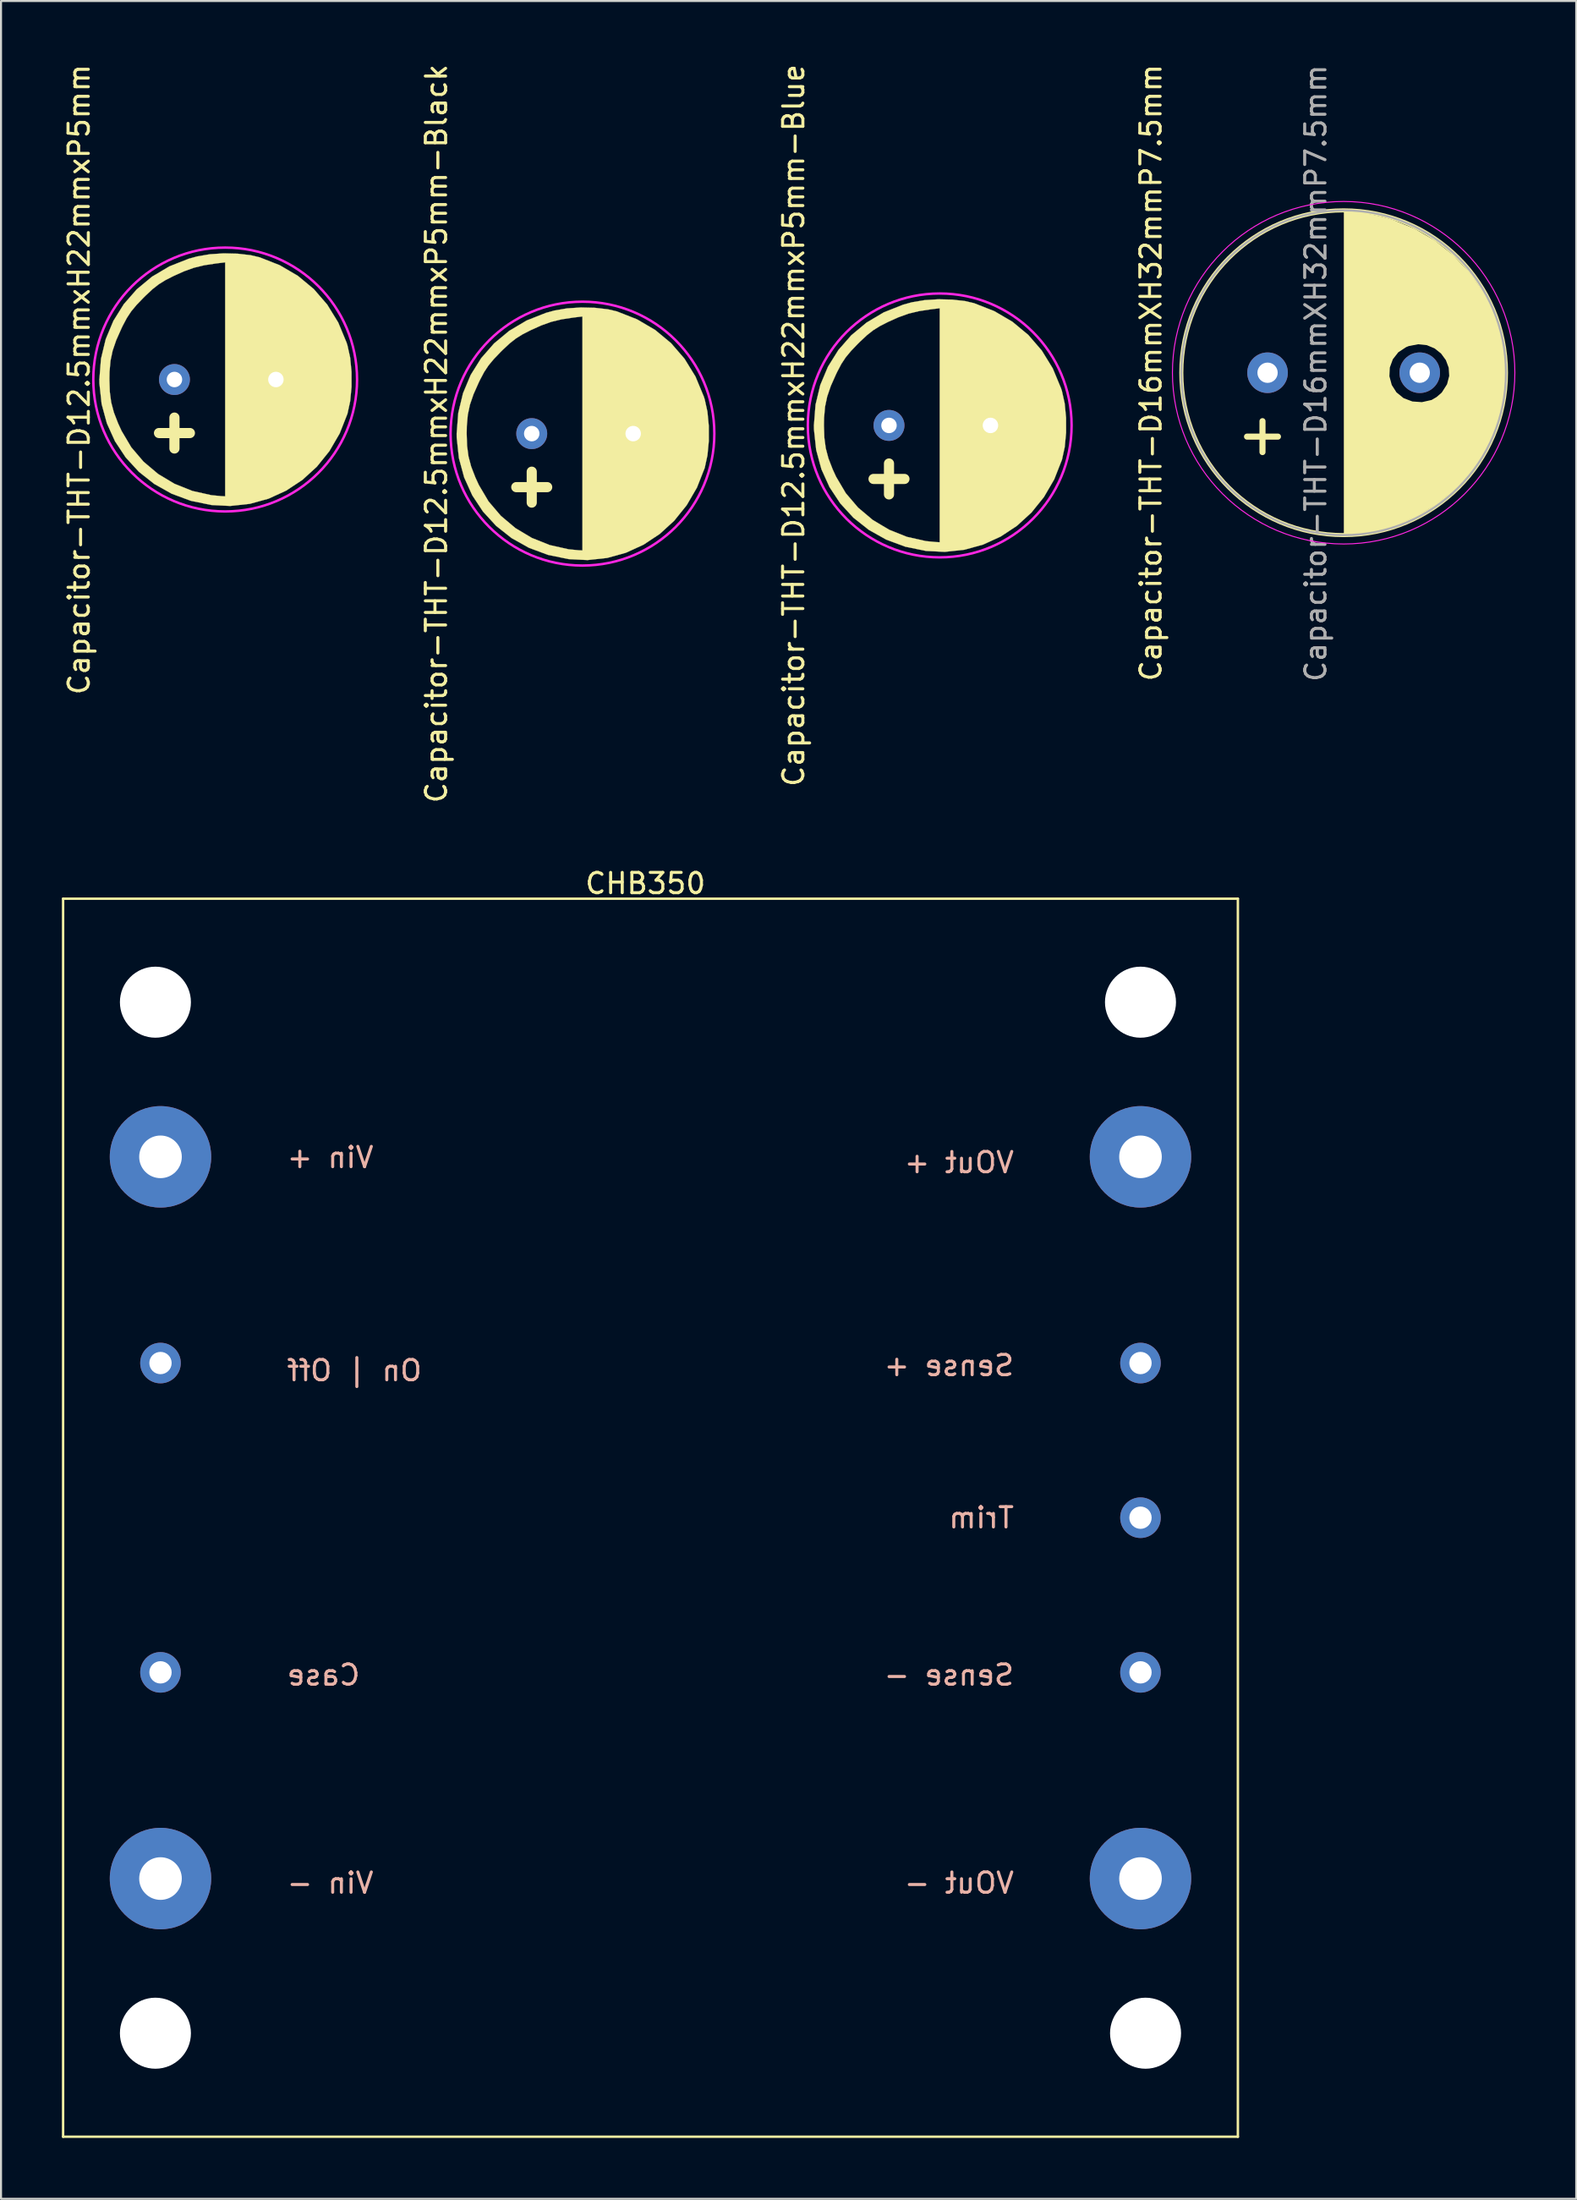
<source format=kicad_pcb>
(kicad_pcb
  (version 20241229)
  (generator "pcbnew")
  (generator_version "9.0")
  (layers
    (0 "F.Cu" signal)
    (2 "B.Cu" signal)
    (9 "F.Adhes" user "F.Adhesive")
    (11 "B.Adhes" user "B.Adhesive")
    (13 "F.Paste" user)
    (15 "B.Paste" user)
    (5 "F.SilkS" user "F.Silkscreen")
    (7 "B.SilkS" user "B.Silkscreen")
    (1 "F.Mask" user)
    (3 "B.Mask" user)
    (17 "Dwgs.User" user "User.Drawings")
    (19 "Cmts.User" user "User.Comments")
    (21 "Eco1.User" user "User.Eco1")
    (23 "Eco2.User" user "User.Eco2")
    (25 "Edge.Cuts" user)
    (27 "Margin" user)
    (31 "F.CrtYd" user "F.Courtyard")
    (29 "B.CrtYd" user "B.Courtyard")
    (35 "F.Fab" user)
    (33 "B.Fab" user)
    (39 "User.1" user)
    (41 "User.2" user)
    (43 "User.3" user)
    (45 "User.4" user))
  (footprint "Capacitor-THT-D12.5mmxH22mmxP5mm"
    (layer "F.Cu")
    (at 8.048 15.649)
    (property "Reference" "Capacitor-THT-D12.5mmxH22mmxP5mm" (at -7.2 0 90) (layer "F.SilkS") (effects (font (size 1 1) (thickness 0.15))))
    (attr through_hole)
    (fp_poly (pts (xy 0.615 -6.199) (xy 1.254 -6.126) (xy 1.693 -6.023) (xy 2.691 -5.631) (xy 3.584 -5.107) (xy 4.366 -4.458) (xy 5.03 -3.69) (xy 5.571 -2.811) (xy 5.981 -1.825) (xy 6.024 -1.693) (xy 6.159 -1.082) (xy 6.227 -0.378) (xy 6.228 0.359) (xy 6.161 1.065) (xy 6.028 1.679) (xy 6.024 1.693) (xy 5.643 2.659) (xy 5.137 3.528) (xy 4.52 4.294) (xy 3.806 4.946) (xy 3.007 5.474) (xy 2.139 5.871) (xy 1.215 6.126) (xy 0.248 6.23) (xy -0.677 6.184) (xy -1.697 5.975) (xy -2.64 5.625) (xy -3.496 5.145) (xy -4.253 4.547) (xy -4.901 3.842) (xy -5.43 3.042) (xy -5.83 2.159) (xy -6.089 1.206) (xy -6.198 0.192) (xy -6.2 0) (xy -5.707 0) (xy -5.687 0.601) (xy -5.618 1.121) (xy -5.486 1.621) (xy -5.277 2.161) (xy -5.105 2.534) (xy -4.628 3.34) (xy -4.022 4.05) (xy -3.305 4.654) (xy -2.497 5.138) (xy -1.615 5.491) (xy -0.679 5.7) (xy -0.191 5.747) (xy 0 5.757) (xy 0 -5.773) (xy -0.445 -5.719) (xy -1.032 -5.63) (xy -1.536 -5.508) (xy -2.033 -5.33) (xy -2.534 -5.105) (xy -2.943 -4.897) (xy -3.272 -4.693) (xy -3.58 -4.452) (xy -3.923 -4.132) (xy -4.028 -4.028) (xy -4.375 -3.666) (xy -4.634 -3.354) (xy -4.844 -3.036) (xy -5.046 -2.655) (xy -5.105 -2.534) (xy -5.369 -1.941) (xy -5.546 -1.424) (xy -5.652 -0.924) (xy -5.7 -0.379) (xy -5.707 0) (xy -6.2 0) (xy -6.12 -1.023) (xy -5.886 -1.992) (xy -5.508 -2.893) (xy -4.995 -3.714) (xy -4.358 -4.442) (xy -3.607 -5.066) (xy -2.752 -5.573) (xy -1.802 -5.949) (xy -1.375 -6.066) (xy -0.759 -6.171) (xy -0.076 -6.215) (xy 0.615 -6.199)) (stroke (width 0.01) (type solid)) (fill yes) (layer "F.SilkS"))
    (fp_circle (center 0 0) (end 6.5 0) (stroke (width 0.12) (type solid)) (fill no) (layer "F.CrtYd"))
    (fp_text user "+" (at -2.5 2.5 0) (layer "F.SilkS") (effects (font (size 2 2) (thickness 0.5))))
    (pad "A" thru_hole circle (at -2.5 0) (size 1.524 1.524) (drill 0.762) (layers "*.Cu" "*.Mask"))
    (pad "C" thru_hole circle (at 2.5 0) (size 1.524 1.524) (drill 0.762) (layers "*.Cu" "*.Mask")))
  (footprint "Capacitor-THT-D12.5mmxH22mmxP5mm-Black"
    (layer "F.Cu")
    (at 25.657 18.315)
    (property "Reference" "Capacitor-THT-D12.5mmxH22mmxP5mm-Black" (at -7.2 0 90) (layer "F.SilkS") (effects (font (size 1 1) (thickness 0.15))))
    (attr through_hole)
    (fp_poly (pts (xy 0.615 -6.199) (xy 1.254 -6.126) (xy 1.693 -6.023) (xy 2.691 -5.631) (xy 3.584 -5.107) (xy 4.366 -4.458) (xy 5.03 -3.69) (xy 5.571 -2.811) (xy 5.981 -1.825) (xy 6.024 -1.693) (xy 6.159 -1.082) (xy 6.227 -0.378) (xy 6.228 0.359) (xy 6.161 1.065) (xy 6.028 1.679) (xy 6.024 1.693) (xy 5.643 2.659) (xy 5.137 3.528) (xy 4.52 4.294) (xy 3.806 4.946) (xy 3.007 5.474) (xy 2.139 5.871) (xy 1.215 6.126) (xy 0.248 6.23) (xy -0.677 6.184) (xy -1.697 5.975) (xy -2.64 5.625) (xy -3.496 5.145) (xy -4.253 4.547) (xy -4.901 3.842) (xy -5.43 3.042) (xy -5.83 2.159) (xy -6.089 1.206) (xy -6.198 0.192) (xy -6.2 0) (xy -5.707 0) (xy -5.687 0.601) (xy -5.618 1.121) (xy -5.486 1.621) (xy -5.277 2.161) (xy -5.105 2.534) (xy -4.628 3.34) (xy -4.022 4.05) (xy -3.305 4.654) (xy -2.497 5.138) (xy -1.615 5.491) (xy -0.679 5.7) (xy -0.191 5.747) (xy 0 5.757) (xy 0 -5.773) (xy -0.445 -5.719) (xy -1.032 -5.63) (xy -1.536 -5.508) (xy -2.033 -5.33) (xy -2.534 -5.105) (xy -2.943 -4.897) (xy -3.272 -4.693) (xy -3.58 -4.452) (xy -3.923 -4.132) (xy -4.028 -4.028) (xy -4.375 -3.666) (xy -4.634 -3.354) (xy -4.844 -3.036) (xy -5.046 -2.655) (xy -5.105 -2.534) (xy -5.369 -1.941) (xy -5.546 -1.424) (xy -5.652 -0.924) (xy -5.7 -0.379) (xy -5.707 0) (xy -6.2 0) (xy -6.12 -1.023) (xy -5.886 -1.992) (xy -5.508 -2.893) (xy -4.995 -3.714) (xy -4.358 -4.442) (xy -3.607 -5.066) (xy -2.752 -5.573) (xy -1.802 -5.949) (xy -1.375 -6.066) (xy -0.759 -6.171) (xy -0.076 -6.215) (xy 0.615 -6.199)) (stroke (width 0.01) (type solid)) (fill yes) (layer "F.SilkS"))
    (fp_circle (center 0 0) (end 6.5 0) (stroke (width 0.12) (type solid)) (fill no) (layer "F.CrtYd"))
    (fp_text user "+" (at -2.5 2.5 0) (layer "F.SilkS") (effects (font (size 2 2) (thickness 0.5))))
    (pad "A" thru_hole circle (at -2.5 0) (size 1.524 1.524) (drill 0.762) (layers "*.Cu" "*.Mask"))
    (pad "C" thru_hole circle (at 2.5 0) (size 1.524 1.524) (drill 0.762) (layers "*.Cu" "*.Mask")))
  (footprint "Capacitor-THT-D12.5mmxH22mmxP5mm-Blue"
    (layer "F.Cu")
    (at 43.265 17.911)
    (property "Reference" "Capacitor-THT-D12.5mmxH22mmxP5mm-Blue" (at -7.2 0 90) (layer "F.SilkS") (effects (font (size 1 1) (thickness 0.15))))
    (attr through_hole)
    (fp_poly (pts (xy 0.615 -6.199) (xy 1.254 -6.126) (xy 1.693 -6.023) (xy 2.691 -5.631) (xy 3.584 -5.107) (xy 4.366 -4.458) (xy 5.03 -3.69) (xy 5.571 -2.811) (xy 5.981 -1.825) (xy 6.024 -1.693) (xy 6.159 -1.082) (xy 6.227 -0.378) (xy 6.228 0.359) (xy 6.161 1.065) (xy 6.028 1.679) (xy 6.024 1.693) (xy 5.643 2.659) (xy 5.137 3.528) (xy 4.52 4.294) (xy 3.806 4.946) (xy 3.007 5.474) (xy 2.139 5.871) (xy 1.215 6.126) (xy 0.248 6.23) (xy -0.677 6.184) (xy -1.697 5.975) (xy -2.64 5.625) (xy -3.496 5.145) (xy -4.253 4.547) (xy -4.901 3.842) (xy -5.43 3.042) (xy -5.83 2.159) (xy -6.089 1.206) (xy -6.198 0.192) (xy -6.2 0) (xy -5.707 0) (xy -5.687 0.601) (xy -5.618 1.121) (xy -5.486 1.621) (xy -5.277 2.161) (xy -5.105 2.534) (xy -4.628 3.34) (xy -4.022 4.05) (xy -3.305 4.654) (xy -2.497 5.138) (xy -1.615 5.491) (xy -0.679 5.7) (xy -0.191 5.747) (xy 0 5.757) (xy 0 -5.773) (xy -0.445 -5.719) (xy -1.032 -5.63) (xy -1.536 -5.508) (xy -2.033 -5.33) (xy -2.534 -5.105) (xy -2.943 -4.897) (xy -3.272 -4.693) (xy -3.58 -4.452) (xy -3.923 -4.132) (xy -4.028 -4.028) (xy -4.375 -3.666) (xy -4.634 -3.354) (xy -4.844 -3.036) (xy -5.046 -2.655) (xy -5.105 -2.534) (xy -5.369 -1.941) (xy -5.546 -1.424) (xy -5.652 -0.924) (xy -5.7 -0.379) (xy -5.707 0) (xy -6.2 0) (xy -6.12 -1.023) (xy -5.886 -1.992) (xy -5.508 -2.893) (xy -4.995 -3.714) (xy -4.358 -4.442) (xy -3.607 -5.066) (xy -2.752 -5.573) (xy -1.802 -5.949) (xy -1.375 -6.066) (xy -0.759 -6.171) (xy -0.076 -6.215) (xy 0.615 -6.199)) (stroke (width 0.01) (type solid)) (fill yes) (layer "F.SilkS"))
    (fp_circle (center 0 0) (end 6.5 0) (stroke (width 0.12) (type solid)) (fill no) (layer "F.CrtYd"))
    (fp_text user "+" (at -2.5 2.5 0) (layer "F.SilkS") (effects (font (size 2 2) (thickness 0.5))))
    (pad "A" thru_hole circle (at -2.5 0) (size 1.524 1.524) (drill 0.762) (layers "*.Cu" "*.Mask"))
    (pad "C" thru_hole circle (at 2.5 0) (size 1.524 1.524) (drill 0.762) (layers "*.Cu" "*.Mask")))
  (footprint "Capacitor-THT-D16mmXH32mmP7.5mm"
    (layer "F.Cu")
    (at 63.173 15.315)
    (property "Reference" "Capacitor-THT-D16mmXH32mmP7.5mm" (at -9.5 0 90) (unlocked yes) (layer "F.SilkS") (effects (font (size 1 1) (thickness 0.15))))
    (attr through_hole)
    (fp_circle (center 0 0) (end 8 0) (stroke (width 0.2) (type solid)) (fill no) (layer "F.SilkS"))
    (fp_poly (pts (xy 0.492 -7.951) (xy 0.885 -7.892) (xy 1.337 -7.807) (xy 1.797 -7.706) (xy 2.212 -7.598) (xy 2.414 -7.537) (xy 3.5 -7.094) (xy 4.49 -6.517) (xy 5.384 -5.805) (xy 6.183 -4.958) (xy 6.338 -4.763) (xy 6.966 -3.825) (xy 7.443 -2.832) (xy 7.771 -1.799) (xy 7.951 -0.744) (xy 7.985 0.321) (xy 7.873 1.378) (xy 7.617 2.413) (xy 7.219 3.41) (xy 6.678 4.354) (xy 5.998 5.229) (xy 5.464 5.77) (xy 4.586 6.474) (xy 3.623 7.059) (xy 2.597 7.514) (xy 1.536 7.827) (xy 0.578 7.977) (xy 0.009 8.028) (xy 0.009 0.175) (xy 2.256 0.175) (xy 2.372 0.604) (xy 2.602 0.965) (xy 2.953 1.251) (xy 3.386 1.415) (xy 3.857 1.449) (xy 4.325 1.344) (xy 4.34 1.338) (xy 4.58 1.198) (xy 4.811 0.999) (xy 4.842 0.966) (xy 5.096 0.567) (xy 5.202 0.155) (xy 5.176 -0.249) (xy 5.036 -0.624) (xy 4.799 -0.948) (xy 4.48 -1.2) (xy 4.097 -1.359) (xy 3.667 -1.403) (xy 3.206 -1.312) (xy 3.081 -1.262) (xy 2.696 -1.01) (xy 2.426 -0.665) (xy 2.277 -0.259) (xy 2.256 0.175) (xy 0.009 0.175) (xy 0.009 -7.973) (xy 0.209 -7.973)) (stroke (width 0) (type solid)) (fill yes) (layer "F.SilkS"))
    (fp_circle (center 0 0) (end 4.4 -7.2) (stroke (width 0.05) (type solid)) (fill no) (layer "F.CrtYd"))
    (fp_circle (center 0 0) (end 8 0) (stroke (width 0.1) (type solid)) (fill no) (layer "F.Fab"))
    (fp_text user "+" (at -4 3 0) (unlocked yes) (layer "F.SilkS") (effects (font (size 2 2) (thickness 0.3))))
    (fp_text user "${REFERENCE}" (at -1.375 0.025 90) (unlocked yes) (layer "F.Fab") (effects (font (size 1 1) (thickness 0.15))))
    (pad "A" thru_hole circle (at -3.75 0) (size 2 2) (drill 1) (layers "*.Cu" "*.Mask"))
    (pad "C" thru_hole circle (at 3.75 0) (size 2 2) (drill 1) (layers "*.Cu" "*.Mask")))
  (footprint "CHB350"
    (layer "F.Cu")
    (at 29.01 71.729)
    (property "Reference" "CHB350" (at -0.25 -31.25 0) (layer "F.SilkS") (effects (font (size 1 1) (thickness 0.15))))
    (attr through_hole)
    (fp_line (start -28.95 -30.5) (end 28.95 -30.5) (stroke (width 0.12) (type solid)) (layer "F.SilkS"))
    (fp_line (start -28.95 30.5) (end -28.95 -30.5) (stroke (width 0.12) (type solid)) (layer "F.SilkS"))
    (fp_line (start 28.95 -30.5) (end 28.95 30.5) (stroke (width 0.12) (type solid)) (layer "F.SilkS"))
    (fp_line (start 28.95 30.5) (end -28.95 30.5) (stroke (width 0.12) (type solid)) (layer "F.SilkS"))
    (fp_text user "VOut -" (at 18 18 0) (layer "B.SilkS") (effects (font (size 1 1) (thickness 0.15)) (justify left mirror)))
    (fp_text user "Sense -" (at 18 7.75 0) (layer "B.SilkS") (effects (font (size 1 1) (thickness 0.15)) (justify left mirror)))
    (fp_text user "Vin -" (at -18 18 0) (layer "B.SilkS") (effects (font (size 1 1) (thickness 0.15)) (justify right mirror)))
    (fp_text user "Vin +" (at -18 -17.75 0) (layer "B.SilkS") (effects (font (size 1 1) (thickness 0.15)) (justify right mirror)))
    (fp_text user "On | Off" (at -18 -7.25 0) (layer "B.SilkS") (effects (font (size 1 1) (thickness 0.15)) (justify right mirror)))
    (fp_text user "Case" (at -18 7.75 0) (layer "B.SilkS") (effects (font (size 1 1) (thickness 0.15)) (justify right mirror)))
    (fp_text user "Trim" (at 18 0 0) (layer "B.SilkS") (effects (font (size 1 1) (thickness 0.15)) (justify left mirror)))
    (fp_text user "VOut +" (at 18 -17.5 0) (layer "B.SilkS") (effects (font (size 1 1) (thickness 0.15)) (justify left mirror)))
    (fp_text user "Sense +" (at 18 -7.5 0) (layer "B.SilkS") (effects (font (size 1 1) (thickness 0.15)) (justify left mirror)))
    (pad "" np_thru_hole circle (at -24.4 -25.4) (size 3.5 3.5) (drill 3.5) (layers "*.Cu" "*.Mask"))
    (pad "" np_thru_hole circle (at -24.4 25.4) (size 3.5 3.5) (drill 3.5) (layers "*.Cu" "*.Mask"))
    (pad "" np_thru_hole circle (at 24.15 -25.4) (size 3.5 3.5) (drill 3.5) (layers "*.Cu" "*.Mask"))
    (pad "" np_thru_hole circle (at 24.4 25.4) (size 3.5 3.5) (drill 3.5) (layers "*.Cu" "*.Mask"))
    (pad "1" thru_hole circle (at -24.15 -17.78) (size 5 5) (drill 2.1) (layers "*.Cu" "*.Mask"))
    (pad "2" thru_hole circle (at -24.15 -7.62) (size 2 2) (drill 1.1) (layers "*.Cu" "*.Mask"))
    (pad "3" thru_hole circle (at -24.15 7.62) (size 2 2) (drill 1.1) (layers "*.Cu" "*.Mask"))
    (pad "4" thru_hole circle (at -24.15 17.78) (size 5 5) (drill 2.1) (layers "*.Cu" "*.Mask"))
    (pad "5" thru_hole circle (at 24.15 17.78) (size 5 5) (drill 2.1) (layers "*.Cu" "*.Mask"))
    (pad "6" thru_hole circle (at 24.15 7.62) (size 2 2) (drill 1.1) (layers "*.Cu" "*.Mask"))
    (pad "7" thru_hole circle (at 24.15 0) (size 2 2) (drill 1.1) (layers "*.Cu" "*.Mask"))
    (pad "8" thru_hole circle (at 24.15 -7.62) (size 2 2) (drill 1.1) (layers "*.Cu" "*.Mask"))
    (pad "9" thru_hole circle (at 24.15 -17.78) (size 5 5) (drill 2.1) (layers "*.Cu" "*.Mask")))
  (gr_rect
    (start -3 -3)
    (end 74.636 105.289)
    (stroke (width 0.1) (type default))
    (fill no)
    (layer "Edge.Cuts")))
</source>
